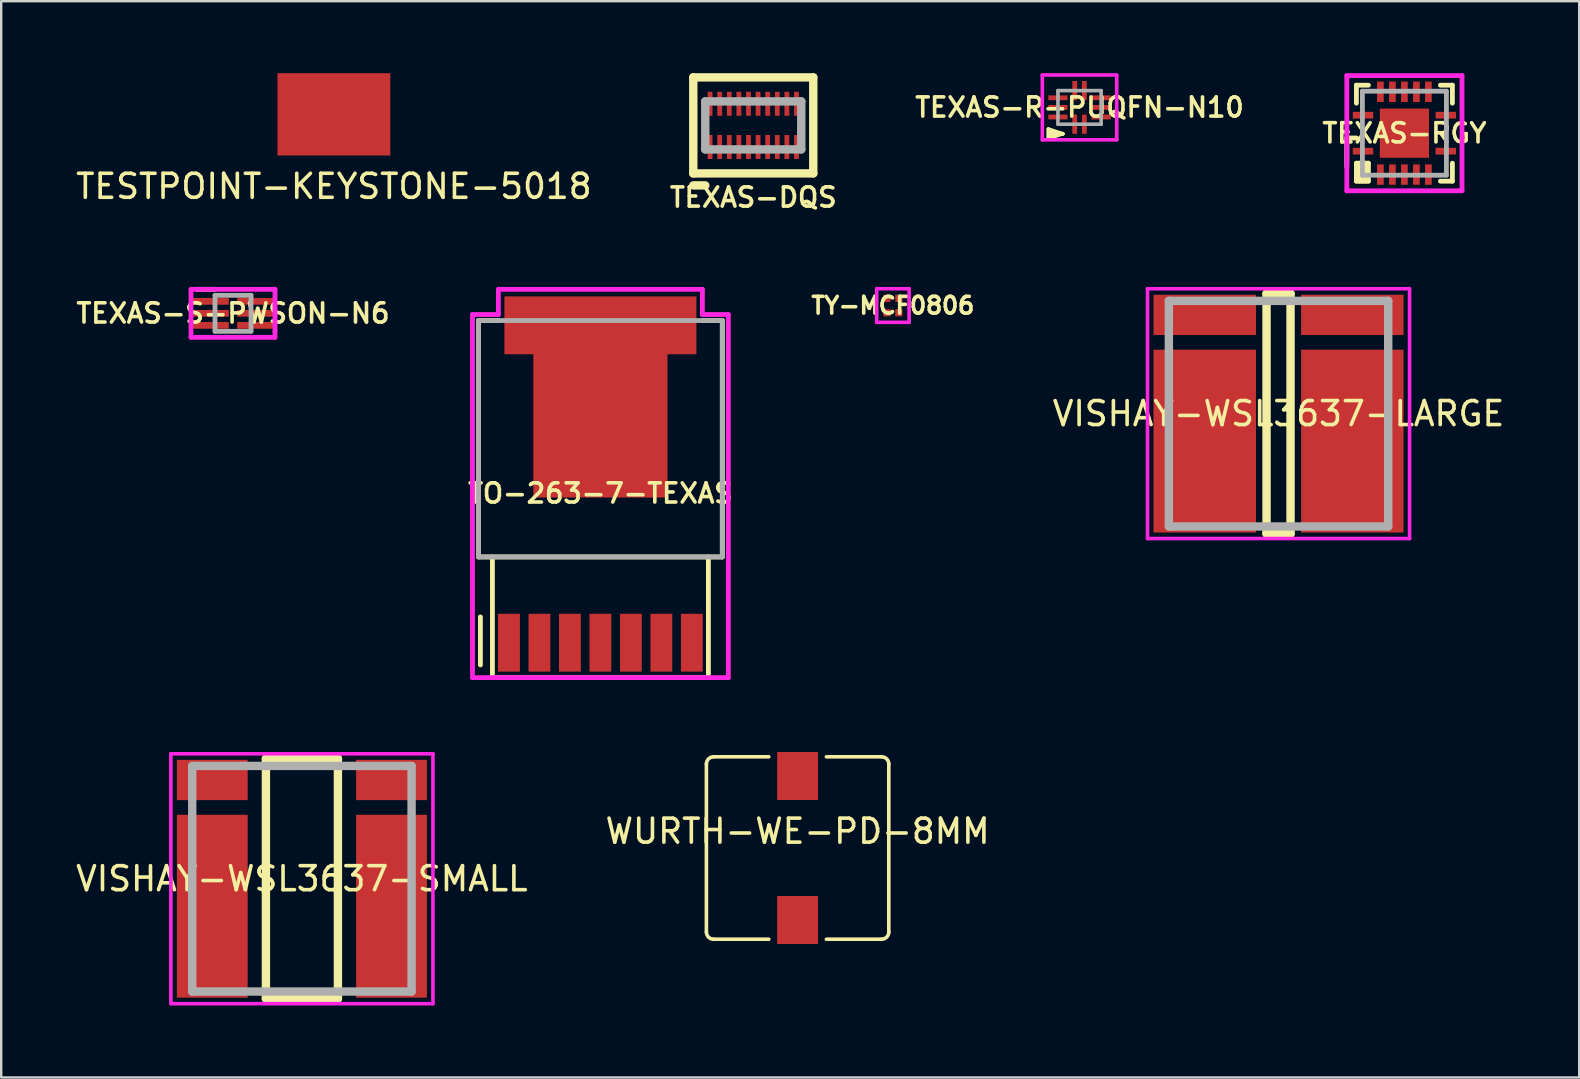
<source format=kicad_pcb>
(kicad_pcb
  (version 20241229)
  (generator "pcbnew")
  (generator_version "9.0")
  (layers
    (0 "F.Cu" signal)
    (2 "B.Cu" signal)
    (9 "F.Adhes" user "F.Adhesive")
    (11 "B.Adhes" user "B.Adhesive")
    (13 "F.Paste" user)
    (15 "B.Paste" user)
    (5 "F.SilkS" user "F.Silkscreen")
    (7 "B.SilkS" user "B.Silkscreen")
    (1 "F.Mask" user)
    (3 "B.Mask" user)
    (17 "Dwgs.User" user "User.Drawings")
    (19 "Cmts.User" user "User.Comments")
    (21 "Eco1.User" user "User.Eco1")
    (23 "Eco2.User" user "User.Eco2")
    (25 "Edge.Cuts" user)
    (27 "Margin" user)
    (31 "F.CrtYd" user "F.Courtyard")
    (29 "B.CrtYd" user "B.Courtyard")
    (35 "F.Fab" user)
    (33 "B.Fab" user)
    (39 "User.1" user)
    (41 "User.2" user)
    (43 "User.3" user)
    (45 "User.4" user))
  (footprint "TEXAS-R-PUQFN-N10"
    (layer "F.Cu")
    (at 41.933 1.425)
    (property "Reference" "TEXAS-R-PUQFN-N10" (at 0 0 0) (layer "F.SilkS") (effects (font (size 0.8 0.8) (thickness 0.15))))
    (attr through_hole)
    (fp_line (start -1.3 0.9) (end -0.7 1.1) (stroke (width 0.15) (type solid)) (layer "F.SilkS"))
    (fp_line (start -1.3 1.3) (end -1.3 0.9) (stroke (width 0.15) (type solid)) (layer "F.SilkS"))
    (fp_line (start -0.7 1.1) (end -1.3 1) (stroke (width 0.15) (type solid)) (layer "F.SilkS"))
    (fp_line (start -0.7 1.1) (end -1.3 1.1) (stroke (width 0.15) (type solid)) (layer "F.SilkS"))
    (fp_line (start -0.7 1.1) (end -1.3 1.2) (stroke (width 0.15) (type solid)) (layer "F.SilkS"))
    (fp_line (start -0.7 1.1) (end -1.3 1.3) (stroke (width 0.15) (type solid)) (layer "F.SilkS"))
    (fp_line (start -1.55 -1.35) (end 1.55 -1.35) (stroke (width 0.15) (type solid)) (layer "F.CrtYd"))
    (fp_line (start -1.55 1.35) (end -1.55 -1.35) (stroke (width 0.15) (type solid)) (layer "F.CrtYd"))
    (fp_line (start 1.55 -1.35) (end 1.55 1.35) (stroke (width 0.15) (type solid)) (layer "F.CrtYd"))
    (fp_line (start 1.55 1.35) (end -1.55 1.35) (stroke (width 0.15) (type solid)) (layer "F.CrtYd"))
    (fp_line (start -0.9 -0.7) (end 0.9 -0.7) (stroke (width 0.15) (type solid)) (layer "F.Fab"))
    (fp_line (start -0.9 0.7) (end -0.9 -0.7) (stroke (width 0.15) (type solid)) (layer "F.Fab"))
    (fp_line (start 0.9 -0.7) (end 0.9 0.7) (stroke (width 0.15) (type solid)) (layer "F.Fab"))
    (fp_line (start 0.9 0.7) (end -0.9 0.7) (stroke (width 0.15) (type solid)) (layer "F.Fab"))
    (pad "1" smd rect (at -0.2 0.7) (size 0.2 0.8) (layers "F.Cu" "F.Mask" "F.Paste"))
    (pad "2" smd rect (at 0.2 0.7) (size 0.2 0.8) (layers "F.Cu" "F.Mask" "F.Paste"))
    (pad "3" smd rect (at 0.9 0.4 90) (size 0.2 0.8) (layers "F.Cu" "F.Mask" "F.Paste"))
    (pad "4" smd rect (at 0.9 0 90) (size 0.2 0.8) (layers "F.Cu" "F.Mask" "F.Paste"))
    (pad "5" smd rect (at 0.9 -0.4 90) (size 0.2 0.8) (layers "F.Cu" "F.Mask" "F.Paste"))
    (pad "6" smd rect (at 0.2 -0.7) (size 0.2 0.8) (layers "F.Cu" "F.Mask" "F.Paste"))
    (pad "7" smd rect (at -0.2 -0.7) (size 0.2 0.8) (layers "F.Cu" "F.Mask" "F.Paste"))
    (pad "8" smd rect (at -0.9 0 90) (size 0.2 0.8) (layers "F.Cu" "F.Mask" "F.Paste"))
    (pad "9" smd rect (at -0.9 0.4 90) (size 0.2 0.8) (layers "F.Cu" "F.Mask" "F.Paste"))
    (pad "10" smd rect (at -0.9 -0.4 90) (size 0.2 0.8) (layers "F.Cu" "F.Mask" "F.Paste")))
  (footprint "TEXAS-RGY"
    (layer "F.Cu")
    (at 55.47 2.5)
    (property "Reference" "TEXAS-RGY" (at 0 0 0) (layer "F.SilkS") (effects (font (size 0.8 0.8) (thickness 0.15))))
    (attr through_hole)
    (fp_line (start -2.4 0.2) (end -2.4 1.4) (stroke (width 0.2) (type solid)) (layer "F.SilkS"))
    (fp_line (start -2 -2) (end -1.5 -2) (stroke (width 0.2) (type solid)) (layer "F.SilkS"))
    (fp_line (start -2 -1.25) (end -2 -2) (stroke (width 0.2) (type solid)) (layer "F.SilkS"))
    (fp_line (start -2 0.2) (end -2.4 0.2) (stroke (width 0.2) (type solid)) (layer "F.SilkS"))
    (fp_line (start -2 1.25) (end -1.5 1.25) (stroke (width 0.2) (type solid)) (layer "F.SilkS"))
    (fp_line (start -2 2) (end -2 1.25) (stroke (width 0.2) (type solid)) (layer "F.SilkS"))
    (fp_line (start -1.875 1.25) (end -1.875 2) (stroke (width 0.2) (type solid)) (layer "F.SilkS"))
    (fp_line (start -1.75 2) (end -1.75 1.25) (stroke (width 0.2) (type solid)) (layer "F.SilkS"))
    (fp_line (start -1.625 1.25) (end -1.625 2) (stroke (width 0.2) (type solid)) (layer "F.SilkS"))
    (fp_line (start -1.5 1.25) (end -1.5 2) (stroke (width 0.2) (type solid)) (layer "F.SilkS"))
    (fp_line (start -1.5 2) (end -2 2) (stroke (width 0.2) (type solid)) (layer "F.SilkS"))
    (fp_line (start 1.5 -2) (end 2 -2) (stroke (width 0.2) (type solid)) (layer "F.SilkS"))
    (fp_line (start 2 -2) (end 2 -1.25) (stroke (width 0.2) (type solid)) (layer "F.SilkS"))
    (fp_line (start 2 1.25) (end 2 2) (stroke (width 0.2) (type solid)) (layer "F.SilkS"))
    (fp_line (start 2 2) (end 1.5 2) (stroke (width 0.2) (type solid)) (layer "F.SilkS"))
    (fp_line (start -2.4 -2.4) (end 2.4 -2.4) (stroke (width 0.2) (type solid)) (layer "F.CrtYd"))
    (fp_line (start -2.4 2.4) (end -2.4 -2.4) (stroke (width 0.2) (type solid)) (layer "F.CrtYd"))
    (fp_line (start 2.4 -2.4) (end 2.4 2.4) (stroke (width 0.2) (type solid)) (layer "F.CrtYd"))
    (fp_line (start 2.4 2.4) (end -2.4 2.4) (stroke (width 0.2) (type solid)) (layer "F.CrtYd"))
    (fp_line (start -1.75 -1.75) (end 1.75 -1.75) (stroke (width 0.2) (type solid)) (layer "F.Fab"))
    (fp_line (start -1.75 1.75) (end -1.75 -1.75) (stroke (width 0.2) (type solid)) (layer "F.Fab"))
    (fp_line (start 1.75 -1.75) (end 1.75 1.75) (stroke (width 0.2) (type solid)) (layer "F.Fab"))
    (fp_line (start 1.75 1.75) (end -1.75 1.75) (stroke (width 0.2) (type solid)) (layer "F.Fab"))
    (pad "1" smd rect (at -1.725 0.75) (size 0.85 0.28) (layers "F.Cu" "F.Mask" "F.Paste"))
    (pad "2" smd rect (at -1 1.725) (size 0.28 0.85) (layers "F.Cu" "F.Mask" "F.Paste"))
    (pad "3" smd rect (at -0.5 1.725) (size 0.28 0.85) (layers "F.Cu" "F.Mask" "F.Paste"))
    (pad "4" smd rect (at 0 1.725) (size 0.28 0.85) (layers "F.Cu" "F.Mask" "F.Paste"))
    (pad "5" smd rect (at 0.5 1.725) (size 0.28 0.85) (layers "F.Cu" "F.Mask" "F.Paste"))
    (pad "6" smd rect (at 1 1.725) (size 0.28 0.85) (layers "F.Cu" "F.Mask" "F.Paste"))
    (pad "7" smd rect (at 1.725 0.75) (size 0.85 0.28) (layers "F.Cu" "F.Mask" "F.Paste"))
    (pad "8" smd rect (at 1.725 -0.75) (size 0.85 0.28) (layers "F.Cu" "F.Mask" "F.Paste"))
    (pad "9" smd rect (at 1 -1.725) (size 0.28 0.85) (layers "F.Cu" "F.Mask" "F.Paste"))
    (pad "10" smd rect (at 0.5 -1.725) (size 0.28 0.85) (layers "F.Cu" "F.Mask" "F.Paste"))
    (pad "11" smd rect (at 0 -1.725) (size 0.28 0.85) (layers "F.Cu" "F.Mask" "F.Paste"))
    (pad "12" smd rect (at -0.5 -1.725) (size 0.28 0.85) (layers "F.Cu" "F.Mask" "F.Paste"))
    (pad "13" smd rect (at -1 -1.725) (size 0.28 0.85) (layers "F.Cu" "F.Mask" "F.Paste"))
    (pad "14" smd rect (at -1.725 -0.75) (size 0.85 0.28) (layers "F.Cu" "F.Mask" "F.Paste"))
    (pad "15" smd rect (at 0 0) (size 2.05 2.05) (layers "F.Cu" "F.Mask" "F.Paste")))
  (footprint "TESTPOINT-KEYSTONE-5018"
    (layer "F.Cu")
    (at 10.863 1.715)
    (property "Reference" "TESTPOINT-KEYSTONE-5018" (at 0 3 0) (layer "F.SilkS") (effects (font (size 1 1) (thickness 0.15))))
    (attr smd)
    (pad "1" smd rect (at 0 0) (size 4.7 3.43) (layers "F.Cu" "F.Mask" "F.Paste")))
  (footprint "TO-263-7-TEXAS"
    (layer "F.Cu")
    (at 21.968 17.506)
    (property "Reference" "TO-263-7-TEXAS" (at 0 0 0) (layer "F.SilkS") (effects (font (size 0.8 0.8) (thickness 0.15))))
    (attr through_hole)
    (fp_line (start -5.08 -7.2) (end -4.25 -7.2) (stroke (width 0.2) (type solid)) (layer "F.SilkS"))
    (fp_line (start -5.08 2.65) (end -5.08 -7.2) (stroke (width 0.2) (type solid)) (layer "F.SilkS"))
    (fp_line (start -5 7.15) (end -5 5.15) (stroke (width 0.2) (type solid)) (layer "F.SilkS"))
    (fp_line (start -4.5 2.65) (end -4.5 7.68) (stroke (width 0.2) (type solid)) (layer "F.SilkS"))
    (fp_line (start -4.5 7.68) (end 4.5 7.68) (stroke (width 0.2) (type solid)) (layer "F.SilkS"))
    (fp_line (start 4.25 -7.2) (end 5.08 -7.2) (stroke (width 0.2) (type solid)) (layer "F.SilkS"))
    (fp_line (start 4.5 7.68) (end 4.5 2.65) (stroke (width 0.2) (type solid)) (layer "F.SilkS"))
    (fp_line (start 5.08 -7.2) (end 5.08 2.65) (stroke (width 0.2) (type solid)) (layer "F.SilkS"))
    (fp_line (start 5.08 2.65) (end -5.08 2.65) (stroke (width 0.2) (type solid)) (layer "F.SilkS"))
    (fp_line (start -5.33 -7.45) (end -4.25 -7.45) (stroke (width 0.2) (type solid)) (layer "F.CrtYd"))
    (fp_line (start -5.33 7.68) (end -5.33 -7.45) (stroke (width 0.2) (type solid)) (layer "F.CrtYd"))
    (fp_line (start -4.25 -8.5) (end -4.25 -7.45) (stroke (width 0.2) (type solid)) (layer "F.CrtYd"))
    (fp_line (start 4.25 -8.5) (end -4.25 -8.5) (stroke (width 0.2) (type solid)) (layer "F.CrtYd"))
    (fp_line (start 4.25 -7.45) (end 4.25 -8.5) (stroke (width 0.2) (type solid)) (layer "F.CrtYd"))
    (fp_line (start 4.25 -7.45) (end 5.33 -7.45) (stroke (width 0.2) (type solid)) (layer "F.CrtYd"))
    (fp_line (start 5.33 -7.45) (end 5.33 7.68) (stroke (width 0.2) (type solid)) (layer "F.CrtYd"))
    (fp_line (start 5.33 7.68) (end -5.33 7.68) (stroke (width 0.2) (type solid)) (layer "F.CrtYd"))
    (fp_line (start -5.08 -7.2) (end 5.08 -7.2) (stroke (width 0.2) (type solid)) (layer "F.Fab"))
    (fp_line (start -5.08 2.65) (end -5.08 -7.2) (stroke (width 0.2) (type solid)) (layer "F.Fab"))
    (fp_line (start 5.08 -7.2) (end 5.08 2.65) (stroke (width 0.2) (type solid)) (layer "F.Fab"))
    (fp_line (start 5.08 2.65) (end -5.08 2.65) (stroke (width 0.2) (type solid)) (layer "F.Fab"))
    (pad "1" smd rect (at -3.81 6.225) (size 0.91 2.41) (layers "F.Cu" "F.Mask" "F.Paste"))
    (pad "2" smd rect (at -2.54 6.225) (size 0.91 2.41) (layers "F.Cu" "F.Mask" "F.Paste"))
    (pad "3" smd rect (at -1.27 6.225) (size 0.91 2.41) (layers "F.Cu" "F.Mask" "F.Paste"))
    (pad "4" smd rect (at 0 6.225) (size 0.91 2.41) (layers "F.Cu" "F.Mask" "F.Paste"))
    (pad "5" smd rect (at 1.27 6.225) (size 0.91 2.41) (layers "F.Cu" "F.Mask" "F.Paste"))
    (pad "6" smd rect (at 2.54 6.225) (size 0.91 2.41) (layers "F.Cu" "F.Mask" "F.Paste"))
    (pad "7" smd rect (at 3.81 6.225) (size 0.91 2.41) (layers "F.Cu" "F.Mask" "F.Paste"))
    (pad "8" smd rect (at 0 -7) (size 8 2.41) (layers "F.Cu" "F.Mask" "F.Paste"))
    (pad "8" smd rect (at 0 -3) (size 5.59 6.35) (layers "F.Cu" "F.Mask" "F.Paste")))
  (footprint "VISHAY-WSL3637-LARGE"
    (layer "F.Cu")
    (at 50.225 14.186)
    (property "Reference" "VISHAY-WSL3637-LARGE" (at 0 0 0) (layer "F.SilkS") (effects (font (size 1 1) (thickness 0.15))))
    (attr through_hole)
    (fp_line (start -0.5 -5) (end -0.5 5) (stroke (width 0.35) (type solid)) (layer "F.SilkS"))
    (fp_line (start -0.5 -5) (end 0.5 -5) (stroke (width 0.35) (type solid)) (layer "F.SilkS"))
    (fp_line (start -0.5 5) (end 0.5 5) (stroke (width 0.35) (type solid)) (layer "F.SilkS"))
    (fp_line (start 0.5 5) (end 0.5 -5) (stroke (width 0.35) (type solid)) (layer "F.SilkS"))
    (fp_line (start -5.46 -5.205) (end 5.46 -5.205) (stroke (width 0.15) (type solid)) (layer "F.CrtYd"))
    (fp_line (start -5.46 5.205) (end -5.46 -5.205) (stroke (width 0.15) (type solid)) (layer "F.CrtYd"))
    (fp_line (start 5.46 -5.205) (end 5.46 5.205) (stroke (width 0.15) (type solid)) (layer "F.CrtYd"))
    (fp_line (start 5.46 5.205) (end -5.46 5.205) (stroke (width 0.15) (type solid)) (layer "F.CrtYd"))
    (fp_line (start -4.57 -4.7) (end 4.57 -4.7) (stroke (width 0.35) (type solid)) (layer "F.Fab"))
    (fp_line (start -4.57 4.7) (end -4.57 -4.7) (stroke (width 0.35) (type solid)) (layer "F.Fab"))
    (fp_line (start 4.57 -4.7) (end 4.57 4.7) (stroke (width 0.35) (type solid)) (layer "F.Fab"))
    (fp_line (start 4.57 4.7) (end -4.57 4.7) (stroke (width 0.35) (type solid)) (layer "F.Fab"))
    (pad "1" smd rect (at -3.075 1.145) (size 4.27 7.62) (layers "F.Cu" "F.Mask" "F.Paste"))
    (pad "2" smd rect (at -3.075 -4.115) (size 4.27 1.68) (layers "F.Cu" "F.Mask" "F.Paste"))
    (pad "3" smd rect (at 3.075 -4.115) (size 4.27 1.68) (layers "F.Cu" "F.Mask" "F.Paste"))
    (pad "4" smd rect (at 3.075 1.145) (size 4.27 7.62) (layers "F.Cu" "F.Mask" "F.Paste")))
  (footprint "WURTH-WE-PD-8MM"
    (layer "F.Cu")
    (at 30.185 32.286)
    (property "Reference" "WURTH-WE-PD-8MM" (at 0 -0.7 0) (layer "F.SilkS") (effects (font (size 1 1) (thickness 0.15))))
    (attr through_hole)
    (fp_line (start -3.8 -3.5) (end -3.8 3.5) (stroke (width 0.15) (type solid)) (layer "F.SilkS"))
    (fp_line (start -3.5 3.8) (end -1.2 3.8) (stroke (width 0.15) (type solid)) (layer "F.SilkS"))
    (fp_line (start -1.2 -3.8) (end -3.5 -3.8) (stroke (width 0.15) (type solid)) (layer "F.SilkS"))
    (fp_line (start 1.2 -3.8) (end 3.5 -3.8) (stroke (width 0.15) (type solid)) (layer "F.SilkS"))
    (fp_line (start 3.5 3.8) (end 1.2 3.8) (stroke (width 0.15) (type solid)) (layer "F.SilkS"))
    (fp_line (start 3.8 -3.5) (end 3.8 3.5) (stroke (width 0.15) (type solid)) (layer "F.SilkS"))
    (fp_arc (start -3.8 -3.5) (mid -3.712132 -3.712132) (end -3.5 -3.8) (stroke (width 0.15) (type solid)) (layer "F.SilkS"))
    (fp_arc (start -3.5 3.8) (mid -3.712132 3.712132) (end -3.8 3.5) (stroke (width 0.15) (type solid)) (layer "F.SilkS"))
    (fp_arc (start 3.5 -3.8) (mid 3.712132 -3.712132) (end 3.8 -3.5) (stroke (width 0.15) (type solid)) (layer "F.SilkS"))
    (fp_arc (start 3.8 3.5) (mid 3.712132 3.712132) (end 3.5 3.8) (stroke (width 0.15) (type solid)) (layer "F.SilkS"))
    (pad "1" smd rect (at 0 -3) (size 1.7 2) (layers "F.Cu" "F.Mask" "F.Paste"))
    (pad "2" smd rect (at 0 3) (size 1.7 2) (layers "F.Cu" "F.Mask" "F.Paste")))
  (footprint "TEXAS-DQS"
    (layer "F.Cu")
    (at 28.338 2.175)
    (property "Reference" "TEXAS-DQS" (at 0 3 0) (layer "F.SilkS") (effects (font (size 0.8 0.8) (thickness 0.15))))
    (attr through_hole)
    (fp_line (start -2.5 -2) (end 2.5 -2) (stroke (width 0.35) (type solid)) (layer "F.SilkS"))
    (fp_line (start -2.5 2) (end -2.5 -2) (stroke (width 0.35) (type solid)) (layer "F.SilkS"))
    (fp_line (start -2.5 2.5) (end -2 2.5) (stroke (width 0.35) (type solid)) (layer "F.SilkS"))
    (fp_line (start 2.5 -2) (end 2.5 2) (stroke (width 0.35) (type solid)) (layer "F.SilkS"))
    (fp_line (start 2.5 2) (end -2.5 2) (stroke (width 0.35) (type solid)) (layer "F.SilkS"))
    (fp_line (start -2 -1) (end 2 -1) (stroke (width 0.35) (type solid)) (layer "F.Fab"))
    (fp_line (start -2 1) (end -2 -1) (stroke (width 0.35) (type solid)) (layer "F.Fab"))
    (fp_line (start 2 -1) (end 2 1) (stroke (width 0.35) (type solid)) (layer "F.Fab"))
    (fp_line (start 2 1) (end -2 1) (stroke (width 0.35) (type solid)) (layer "F.Fab"))
    (pad "1" smd rect (at -1.8 0.9) (size 0.2 1) (layers "F.Cu" "F.Mask" "F.Paste"))
    (pad "2" smd rect (at -1.4 0.9) (size 0.2 1) (layers "F.Cu" "F.Mask" "F.Paste"))
    (pad "3" smd rect (at -1 0.9) (size 0.2 1) (layers "F.Cu" "F.Mask" "F.Paste"))
    (pad "4" smd rect (at -0.6 0.9) (size 0.2 1) (layers "F.Cu" "F.Mask" "F.Paste"))
    (pad "5" smd rect (at -0.2 0.9) (size 0.2 1) (layers "F.Cu" "F.Mask" "F.Paste"))
    (pad "6" smd rect (at 0.2 0.9) (size 0.2 1) (layers "F.Cu" "F.Mask" "F.Paste"))
    (pad "7" smd rect (at 0.6 0.9) (size 0.2 1) (layers "F.Cu" "F.Mask" "F.Paste"))
    (pad "8" smd rect (at 1 0.9) (size 0.2 1) (layers "F.Cu" "F.Mask" "F.Paste"))
    (pad "9" smd rect (at 1.4 0.9) (size 0.2 1) (layers "F.Cu" "F.Mask" "F.Paste"))
    (pad "10" smd rect (at 1.8 0.9) (size 0.2 1) (layers "F.Cu" "F.Mask" "F.Paste"))
    (pad "11" smd rect (at 1.8 -0.9) (size 0.2 1) (layers "F.Cu" "F.Mask" "F.Paste"))
    (pad "12" smd rect (at 1.4 -0.9) (size 0.2 1) (layers "F.Cu" "F.Mask" "F.Paste"))
    (pad "13" smd rect (at 1 -0.9) (size 0.2 1) (layers "F.Cu" "F.Mask" "F.Paste"))
    (pad "14" smd rect (at 0.6 -0.9) (size 0.2 1) (layers "F.Cu" "F.Mask" "F.Paste"))
    (pad "15" smd rect (at 0.2 -0.9) (size 0.2 1) (layers "F.Cu" "F.Mask" "F.Paste"))
    (pad "16" smd rect (at -0.2 -0.9) (size 0.2 1) (layers "F.Cu" "F.Mask" "F.Paste"))
    (pad "17" smd rect (at -0.6 -0.9) (size 0.2 1) (layers "F.Cu" "F.Mask" "F.Paste"))
    (pad "18" smd rect (at -1 -0.9) (size 0.2 1) (layers "F.Cu" "F.Mask" "F.Paste"))
    (pad "19" smd rect (at -1.4 -0.9) (size 0.2 1) (layers "F.Cu" "F.Mask" "F.Paste"))
    (pad "20" smd rect (at -1.8 -0.9) (size 0.2 1) (layers "F.Cu" "F.Mask" "F.Paste")))
  (footprint "VISHAY-WSL3637-SMALL"
    (layer "F.Cu")
    (at 9.53 33.566)
    (property "Reference" "VISHAY-WSL3637-SMALL" (at 0 0 0) (layer "F.SilkS") (effects (font (size 1 1) (thickness 0.15))))
    (attr through_hole)
    (fp_line (start -1.5 -5) (end -1.5 5) (stroke (width 0.35) (type solid)) (layer "F.SilkS"))
    (fp_line (start -1.5 -5) (end 1.5 -5) (stroke (width 0.35) (type solid)) (layer "F.SilkS"))
    (fp_line (start 1.5 -5) (end 1.5 5) (stroke (width 0.35) (type solid)) (layer "F.SilkS"))
    (fp_line (start 1.5 5) (end -1.5 5) (stroke (width 0.35) (type solid)) (layer "F.SilkS"))
    (fp_line (start -5.46 -5.205) (end 5.46 -5.205) (stroke (width 0.15) (type solid)) (layer "F.CrtYd"))
    (fp_line (start -5.46 5.205) (end -5.46 -5.205) (stroke (width 0.15) (type solid)) (layer "F.CrtYd"))
    (fp_line (start 5.46 -5.205) (end 5.46 5.205) (stroke (width 0.15) (type solid)) (layer "F.CrtYd"))
    (fp_line (start 5.46 5.205) (end -5.46 5.205) (stroke (width 0.15) (type solid)) (layer "F.CrtYd"))
    (fp_line (start -4.57 -4.7) (end 4.57 -4.7) (stroke (width 0.35) (type solid)) (layer "F.Fab"))
    (fp_line (start -4.57 4.7) (end -4.57 -4.7) (stroke (width 0.35) (type solid)) (layer "F.Fab"))
    (fp_line (start 4.57 -4.7) (end 4.57 4.7) (stroke (width 0.35) (type solid)) (layer "F.Fab"))
    (fp_line (start 4.57 4.7) (end -4.57 4.7) (stroke (width 0.35) (type solid)) (layer "F.Fab"))
    (pad "1" smd rect (at -3.735 1.145) (size 2.95 7.62) (layers "F.Cu" "F.Mask" "F.Paste"))
    (pad "2" smd rect (at -3.735 -4.115) (size 2.95 1.68) (layers "F.Cu" "F.Mask" "F.Paste"))
    (pad "3" smd rect (at 3.735 -4.115) (size 2.95 1.68) (layers "F.Cu" "F.Mask" "F.Paste"))
    (pad "4" smd rect (at 3.735 1.145) (size 2.95 7.62) (layers "F.Cu" "F.Mask" "F.Paste")))
  (footprint "TY-MCF0806"
    (layer "F.Cu")
    (at 34.156 9.681)
    (property "Reference" "TY-MCF0806" (at 0 0 0) (layer "F.SilkS") (effects (font (size 0.7 0.7) (thickness 0.15))))
    (attr through_hole)
    (fp_line (start -0.675 -0.7) (end 0.675 -0.7) (stroke (width 0.15) (type solid)) (layer "F.CrtYd"))
    (fp_line (start -0.675 0.7) (end -0.675 -0.7) (stroke (width 0.15) (type solid)) (layer "F.CrtYd"))
    (fp_line (start 0.675 -0.7) (end 0.675 0.7) (stroke (width 0.15) (type solid)) (layer "F.CrtYd"))
    (fp_line (start 0.675 0.7) (end -0.675 0.7) (stroke (width 0.15) (type solid)) (layer "F.CrtYd"))
    (pad "1" smd rect (at -0.25 0.3) (size 0.3 0.3) (layers "F.Cu" "F.Mask" "F.Paste"))
    (pad "2" smd rect (at -0.25 -0.3) (size 0.3 0.3) (layers "F.Cu" "F.Mask" "F.Paste"))
    (pad "3" smd rect (at 0.25 0.3) (size 0.3 0.3) (layers "F.Cu" "F.Mask" "F.Paste"))
    (pad "4" smd rect (at 0.25 -0.3) (size 0.3 0.3) (layers "F.Cu" "F.Mask" "F.Paste")))
  (footprint "TEXAS-S-PWSON-N6"
    (layer "F.Cu")
    (at 6.659 10.006)
    (property "Reference" "TEXAS-S-PWSON-N6" (at 0 0 0) (layer "F.SilkS") (effects (font (size 0.8 0.8) (thickness 0.15))))
    (attr through_hole)
    (fp_line (start -1.5 -1) (end -0.75 -1) (stroke (width 0.2) (type solid)) (layer "F.SilkS"))
    (fp_line (start -1.75 -1) (end 1.75 -1) (stroke (width 0.2) (type solid)) (layer "F.CrtYd"))
    (fp_line (start -1.75 1) (end -1.75 -1) (stroke (width 0.2) (type solid)) (layer "F.CrtYd"))
    (fp_line (start 1.75 -1) (end 1.75 0.75) (stroke (width 0.2) (type solid)) (layer "F.CrtYd"))
    (fp_line (start 1.75 0.75) (end 1.75 1) (stroke (width 0.2) (type solid)) (layer "F.CrtYd"))
    (fp_line (start 1.75 1) (end -1.75 1) (stroke (width 0.2) (type solid)) (layer "F.CrtYd"))
    (fp_line (start -0.75 -0.75) (end 0.75 -0.75) (stroke (width 0.2) (type solid)) (layer "F.Fab"))
    (fp_line (start -0.75 0.75) (end -0.75 -0.75) (stroke (width 0.2) (type solid)) (layer "F.Fab"))
    (fp_line (start 0.75 -0.75) (end 0.75 0.75) (stroke (width 0.2) (type solid)) (layer "F.Fab"))
    (fp_line (start 0.75 0.75) (end -0.75 0.75) (stroke (width 0.2) (type solid)) (layer "F.Fab"))
    (pad "1" smd rect (at -0.925 -0.5) (size 1.5 0.28) (layers "F.Cu" "F.Mask" "F.Paste"))
    (pad "2" smd rect (at -0.925 0) (size 1.5 0.28) (layers "F.Cu" "F.Mask" "F.Paste"))
    (pad "3" smd rect (at -0.925 0.5) (size 1.5 0.28) (layers "F.Cu" "F.Mask" "F.Paste"))
    (pad "4" smd rect (at 0.925 0.5) (size 1.5 0.28) (layers "F.Cu" "F.Mask" "F.Paste"))
    (pad "5" smd rect (at 0.925 0) (size 1.5 0.28) (layers "F.Cu" "F.Mask" "F.Paste"))
    (pad "6" smd rect (at 0.925 -0.5) (size 1.5 0.28) (layers "F.Cu" "F.Mask" "F.Paste")))
  (gr_rect
    (start -3 -3)
    (end 62.754 41.846)
    (stroke (width 0.1) (type default))
    (fill no)
    (layer "Edge.Cuts")))
</source>
